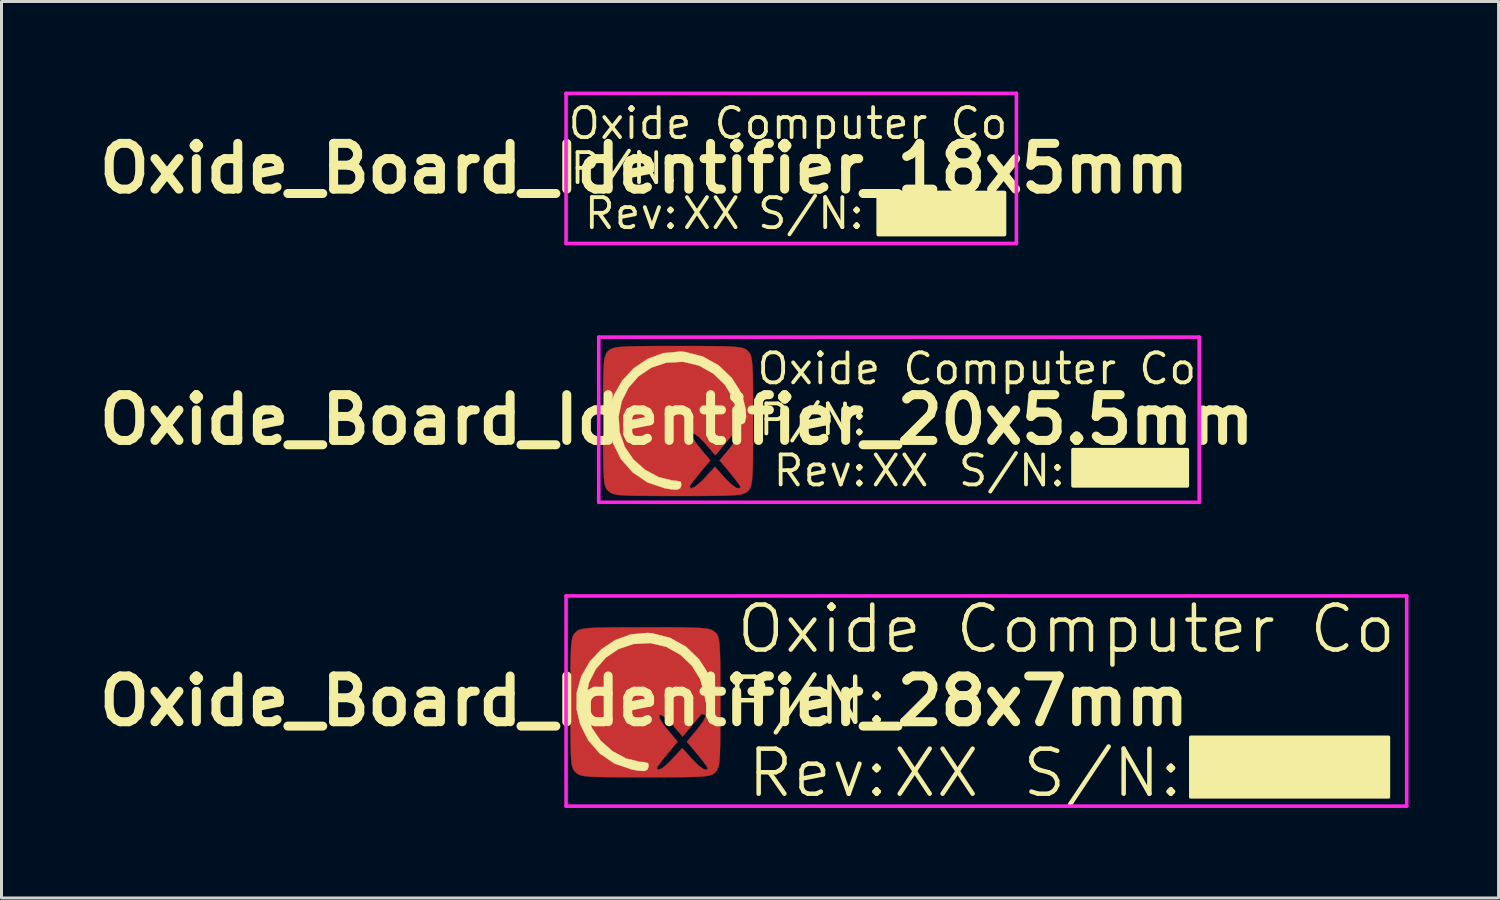
<source format=kicad_pcb>
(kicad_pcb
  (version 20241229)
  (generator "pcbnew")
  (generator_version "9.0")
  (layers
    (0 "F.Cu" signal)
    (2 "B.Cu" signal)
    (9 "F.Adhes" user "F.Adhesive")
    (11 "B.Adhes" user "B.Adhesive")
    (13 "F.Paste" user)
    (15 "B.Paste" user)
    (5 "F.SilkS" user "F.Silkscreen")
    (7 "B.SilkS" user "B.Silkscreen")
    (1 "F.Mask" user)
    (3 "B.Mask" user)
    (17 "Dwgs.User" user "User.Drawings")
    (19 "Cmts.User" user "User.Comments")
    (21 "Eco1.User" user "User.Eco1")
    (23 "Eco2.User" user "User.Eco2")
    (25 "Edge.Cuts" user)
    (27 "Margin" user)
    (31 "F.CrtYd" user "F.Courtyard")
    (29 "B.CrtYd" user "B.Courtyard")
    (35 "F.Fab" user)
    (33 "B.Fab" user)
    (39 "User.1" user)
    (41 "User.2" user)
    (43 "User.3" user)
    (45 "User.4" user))
  (footprint "Oxide_Board_Identifier_20x5.5mm"
    (layer "F.Cu")
    (at 19.493 10.93)
    (property "Reference" "Oxide_Board_Identifier_20x5.5mm" (at 0 0 0) (layer "F.SilkS") (effects (font (size 1.524 1.524) (thickness 0.3))))
    (attr exclude_from_pos_files exclude_from_bom)
    (fp_poly (pts (xy 0.705 -2.455) (xy 1.218 -2.452) (xy 1.605 -2.445) (xy 1.884 -2.433) (xy 2.078 -2.414) (xy 2.208 -2.387) (xy 2.293 -2.349) (xy 2.356 -2.301) (xy 2.371 -2.286) (xy 2.423 -2.226) (xy 2.463 -2.148) (xy 2.492 -2.032) (xy 2.513 -1.857) (xy 2.527 -1.601) (xy 2.535 -1.244) (xy 2.539 -0.766) (xy 2.54 -0.144) (xy 2.54 0.042) (xy 2.539 0.705) (xy 2.536 1.218) (xy 2.53 1.605) (xy 2.518 1.884) (xy 2.499 2.078) (xy 2.471 2.208) (xy 2.434 2.293) (xy 2.385 2.356) (xy 2.371 2.371) (xy 2.311 2.423) (xy 2.233 2.463) (xy 2.117 2.492) (xy 1.942 2.513) (xy 1.686 2.527) (xy 1.329 2.535) (xy 0.85 2.539) (xy 0.228 2.54) (xy 0.042 2.54) (xy -0.62 2.539) (xy -1.134 2.536) (xy -1.52 2.53) (xy -1.8 2.518) (xy -1.994 2.499) (xy -2.123 2.471) (xy -2.208 2.434) (xy -2.271 2.385) (xy -2.286 2.371) (xy -2.338 2.311) (xy -2.378 2.233) (xy -2.408 2.117) (xy -2.429 1.942) (xy -2.442 1.686) (xy -2.45 1.329) (xy -2.454 0.85) (xy -2.455 0.228) (xy -2.455 0.042) (xy -2.455 -0.136) (xy -2.193 -0.136) (xy -2.179 0.368) (xy -2.059 0.858) (xy -1.828 1.313) (xy -1.486 1.711) (xy -1.03 2.028) (xy -0.593 2.207) (xy -0.33 2.264) (xy -0.087 2.279) (xy 0.088 2.254) (xy 0.107 2.234) (xy 0.423 2.234) (xy 0.473 2.293) (xy 0.608 2.232) (xy 0.808 2.064) (xy 0.941 1.926) (xy 1.27 1.566) (xy 1.59 1.926) (xy 1.807 2.143) (xy 1.983 2.269) (xy 2.092 2.289) (xy 2.117 2.234) (xy 2.066 2.147) (xy 1.935 1.972) (xy 1.77 1.769) (xy 1.424 1.355) (xy 1.773 0.938) (xy 1.964 0.685) (xy 2.044 0.52) (xy 2.029 0.464) (xy 1.925 0.429) (xy 1.909 0.436) (xy 1.844 0.512) (xy 1.705 0.678) (xy 1.582 0.826) (xy 1.283 1.185) (xy 0.948 0.793) (xy 0.743 0.58) (xy 0.584 0.467) (xy 0.516 0.461) (xy 0.507 0.56) (xy 0.63 0.764) (xy 0.767 0.938) (xy 1.116 1.355) (xy 0.77 1.769) (xy 0.591 1.99) (xy 0.465 2.159) (xy 0.423 2.234) (xy 0.107 2.234) (xy 0.15 2.19) (xy 0.148 2.18) (xy 0.05 2.107) (xy -0.158 2.041) (xy -0.282 2.018) (xy -0.807 1.866) (xy -1.245 1.591) (xy -1.587 1.219) (xy -1.824 0.775) (xy -1.949 0.287) (xy -1.953 -0.22) (xy -1.827 -0.719) (xy -1.562 -1.184) (xy -1.385 -1.385) (xy -0.935 -1.725) (xy -0.425 -1.92) (xy 0.111 -1.972) (xy 0.644 -1.879) (xy 1.141 -1.641) (xy 1.425 -1.414) (xy 1.757 -1.022) (xy 1.952 -0.591) (xy 2.02 -0.269) (xy 2.079 -0.018) (xy 2.156 0.127) (xy 2.23 0.149) (xy 2.278 0.036) (xy 2.286 -0.089) (xy 2.228 -0.561) (xy 2.043 -0.994) (xy 1.715 -1.422) (xy 1.612 -1.529) (xy 1.187 -1.89) (xy 0.756 -2.105) (xy 0.271 -2.192) (xy -0.146 -2.185) (xy -0.729 -2.07) (xy -1.218 -1.835) (xy -1.611 -1.502) (xy -1.906 -1.093) (xy -2.101 -0.63) (xy -2.193 -0.136) (xy -2.455 -0.136) (xy -2.455 -0.62) (xy -2.452 -1.134) (xy -2.445 -1.52) (xy -2.433 -1.8) (xy -2.414 -1.994) (xy -2.387 -2.123) (xy -2.349 -2.208) (xy -2.301 -2.271) (xy -2.286 -2.286) (xy -2.226 -2.338) (xy -2.148 -2.378) (xy -2.032 -2.408) (xy -1.857 -2.429) (xy -1.601 -2.442) (xy -1.244 -2.45) (xy -0.766 -2.454) (xy -0.144 -2.455) (xy 0.042 -2.455) (xy 0.705 -2.455)) (stroke (width 0.01) (type solid)) (fill yes) (layer "F.Cu"))
    (fp_poly (pts (xy 0.705 -2.455) (xy 1.218 -2.452) (xy 1.605 -2.445) (xy 1.884 -2.433) (xy 2.078 -2.414) (xy 2.208 -2.387) (xy 2.293 -2.349) (xy 2.356 -2.301) (xy 2.371 -2.286) (xy 2.423 -2.226) (xy 2.463 -2.148) (xy 2.492 -2.032) (xy 2.513 -1.857) (xy 2.527 -1.601) (xy 2.535 -1.244) (xy 2.539 -0.766) (xy 2.54 -0.144) (xy 2.54 0.042) (xy 2.539 0.705) (xy 2.536 1.218) (xy 2.53 1.605) (xy 2.518 1.884) (xy 2.499 2.078) (xy 2.471 2.208) (xy 2.434 2.293) (xy 2.385 2.356) (xy 2.371 2.371) (xy 2.311 2.423) (xy 2.233 2.463) (xy 2.117 2.492) (xy 1.942 2.513) (xy 1.686 2.527) (xy 1.329 2.535) (xy 0.85 2.539) (xy 0.228 2.54) (xy 0.042 2.54) (xy -0.62 2.539) (xy -1.134 2.536) (xy -1.52 2.53) (xy -1.8 2.518) (xy -1.994 2.499) (xy -2.123 2.471) (xy -2.208 2.434) (xy -2.271 2.385) (xy -2.286 2.371) (xy -2.338 2.311) (xy -2.378 2.233) (xy -2.408 2.117) (xy -2.429 1.942) (xy -2.442 1.686) (xy -2.45 1.329) (xy -2.454 0.85) (xy -2.455 0.228) (xy -2.455 0.042) (xy -2.455 -0.136) (xy -2.193 -0.136) (xy -2.179 0.368) (xy -2.059 0.858) (xy -1.828 1.313) (xy -1.486 1.711) (xy -1.03 2.028) (xy -0.593 2.207) (xy -0.33 2.264) (xy -0.087 2.279) (xy 0.088 2.254) (xy 0.107 2.234) (xy 0.423 2.234) (xy 0.473 2.293) (xy 0.608 2.232) (xy 0.808 2.064) (xy 0.941 1.926) (xy 1.27 1.566) (xy 1.59 1.926) (xy 1.807 2.143) (xy 1.983 2.269) (xy 2.092 2.289) (xy 2.117 2.234) (xy 2.066 2.147) (xy 1.935 1.972) (xy 1.77 1.769) (xy 1.424 1.355) (xy 1.773 0.938) (xy 1.964 0.685) (xy 2.044 0.52) (xy 2.029 0.464) (xy 1.925 0.429) (xy 1.909 0.436) (xy 1.844 0.512) (xy 1.705 0.678) (xy 1.582 0.826) (xy 1.283 1.185) (xy 0.948 0.793) (xy 0.743 0.58) (xy 0.584 0.467) (xy 0.516 0.461) (xy 0.507 0.56) (xy 0.63 0.764) (xy 0.767 0.938) (xy 1.116 1.355) (xy 0.77 1.769) (xy 0.591 1.99) (xy 0.465 2.159) (xy 0.423 2.234) (xy 0.107 2.234) (xy 0.15 2.19) (xy 0.148 2.18) (xy 0.05 2.107) (xy -0.158 2.041) (xy -0.282 2.018) (xy -0.807 1.866) (xy -1.245 1.591) (xy -1.587 1.219) (xy -1.824 0.775) (xy -1.949 0.287) (xy -1.953 -0.22) (xy -1.827 -0.719) (xy -1.562 -1.184) (xy -1.385 -1.385) (xy -0.935 -1.725) (xy -0.425 -1.92) (xy 0.111 -1.972) (xy 0.644 -1.879) (xy 1.141 -1.641) (xy 1.425 -1.414) (xy 1.757 -1.022) (xy 1.952 -0.591) (xy 2.02 -0.269) (xy 2.079 -0.018) (xy 2.156 0.127) (xy 2.23 0.149) (xy 2.278 0.036) (xy 2.286 -0.089) (xy 2.228 -0.561) (xy 2.043 -0.994) (xy 1.715 -1.422) (xy 1.612 -1.529) (xy 1.187 -1.89) (xy 0.756 -2.105) (xy 0.271 -2.192) (xy -0.146 -2.185) (xy -0.729 -2.07) (xy -1.218 -1.835) (xy -1.611 -1.502) (xy -1.906 -1.093) (xy -2.101 -0.63) (xy -2.193 -0.136) (xy -2.455 -0.136) (xy -2.455 -0.62) (xy -2.452 -1.134) (xy -2.445 -1.52) (xy -2.433 -1.8) (xy -2.414 -1.994) (xy -2.387 -2.123) (xy -2.349 -2.208) (xy -2.301 -2.271) (xy -2.286 -2.286) (xy -2.226 -2.338) (xy -2.148 -2.378) (xy -2.032 -2.408) (xy -1.857 -2.429) (xy -1.601 -2.442) (xy -1.244 -2.45) (xy -0.766 -2.454) (xy -0.144 -2.455) (xy 0.042 -2.455) (xy 0.705 -2.455)) (stroke (width 0.01) (type solid)) (fill yes) (layer "F.Mask"))
    (fp_poly (pts (xy 17 2.2) (xy 13.2 2.2) (xy 13.2 1) (xy 17 1)) (stroke (width 0.127) (type solid)) (fill yes) (layer "F.SilkS"))
    (fp_poly (pts (xy 0.262 -2.258) (xy 0.862 -2.106) (xy 1.393 -1.811) (xy 1.83 -1.39) (xy 2.08 -1.002) (xy 2.213 -0.681) (xy 2.29 -0.365) (xy 2.309 -0.094) (xy 2.266 0.091) (xy 2.192 0.149) (xy 2.1 0.127) (xy 2.043 -0.008) (xy 2.011 -0.211) (xy 1.873 -0.719) (xy 1.596 -1.172) (xy 1.209 -1.542) (xy 0.74 -1.804) (xy 0.218 -1.929) (xy 0.206 -1.93) (xy -0.353 -1.901) (xy -0.853 -1.732) (xy -1.277 -1.446) (xy -1.609 -1.066) (xy -1.835 -0.615) (xy -1.939 -0.116) (xy -1.905 0.409) (xy -1.732 0.908) (xy -1.444 1.326) (xy -1.053 1.671) (xy -0.602 1.914) (xy -0.135 2.027) (xy -0.025 2.032) (xy 0.131 2.067) (xy 0.154 2.173) (xy 0.11 2.284) (xy 0.009 2.33) (xy -0.19 2.318) (xy -0.411 2.279) (xy -0.979 2.086) (xy -1.468 1.756) (xy -1.858 1.312) (xy -2.129 0.774) (xy -2.248 0.279) (xy -2.244 -0.288) (xy -2.092 -0.824) (xy -1.814 -1.307) (xy -1.433 -1.715) (xy -0.97 -2.027) (xy -0.446 -2.219) (xy 0.116 -2.27) (xy 0.262 -2.258)) (stroke (width 0.01) (type solid)) (fill yes) (layer "F.SilkS"))
    (fp_line (start -2.6 -2.75) (end 17.4 -2.75) (stroke (width 0.12) (type solid)) (layer "F.CrtYd"))
    (fp_line (start -2.6 2.75) (end -2.6 -2.75) (stroke (width 0.12) (type solid)) (layer "F.CrtYd"))
    (fp_line (start 17.4 -2.75) (end 17.4 2.75) (stroke (width 0.12) (type solid)) (layer "F.CrtYd"))
    (fp_line (start 17.4 2.75) (end -2.6 2.75) (stroke (width 0.12) (type solid)) (layer "F.CrtYd"))
    (fp_text user "XX" (at 6.4 1.7 0) (layer "F.SilkS") (effects (font (size 1 1) (thickness 0.127)) (justify left)))
    (fp_text user "Rev:" (at 6.4 1.7 0) (layer "F.SilkS") (effects (font (size 1 1) (thickness 0.127)) (justify right)))
    (fp_text user "S/N:" (at 13 1.7 0) (layer "F.SilkS") (effects (font (size 1 1) (thickness 0.127)) (justify right)))
    (fp_text user "P/N:" (at 6.4 0 0) (layer "F.SilkS") (effects (font (size 1 1) (thickness 0.127)) (justify right)))
    (fp_text user "Oxide Computer Co" (at 2.6 -1.7 0) (layer "F.SilkS") (effects (font (size 1 1) (thickness 0.127)) (justify left))))
  (footprint "Oxide_Board_Identifier_28x7mm"
    (layer "F.Cu")
    (at 18.404 20.3)
    (property "Reference" "Oxide_Board_Identifier_28x7mm" (at 0 0 0) (layer "F.SilkS") (effects (font (size 1.524 1.524) (thickness 0.3))))
    (attr exclude_from_pos_files exclude_from_bom)
    (fp_poly (pts (xy 0.705 -2.455) (xy 1.218 -2.452) (xy 1.605 -2.445) (xy 1.884 -2.433) (xy 2.078 -2.414) (xy 2.208 -2.387) (xy 2.293 -2.349) (xy 2.356 -2.301) (xy 2.371 -2.286) (xy 2.423 -2.226) (xy 2.463 -2.148) (xy 2.492 -2.032) (xy 2.513 -1.857) (xy 2.527 -1.601) (xy 2.535 -1.244) (xy 2.539 -0.766) (xy 2.54 -0.144) (xy 2.54 0.042) (xy 2.539 0.705) (xy 2.536 1.218) (xy 2.53 1.605) (xy 2.518 1.884) (xy 2.499 2.078) (xy 2.471 2.208) (xy 2.434 2.293) (xy 2.385 2.356) (xy 2.371 2.371) (xy 2.311 2.423) (xy 2.233 2.463) (xy 2.117 2.492) (xy 1.942 2.513) (xy 1.686 2.527) (xy 1.329 2.535) (xy 0.85 2.539) (xy 0.228 2.54) (xy 0.042 2.54) (xy -0.62 2.539) (xy -1.134 2.536) (xy -1.52 2.53) (xy -1.8 2.518) (xy -1.994 2.499) (xy -2.123 2.471) (xy -2.208 2.434) (xy -2.271 2.385) (xy -2.286 2.371) (xy -2.338 2.311) (xy -2.378 2.233) (xy -2.408 2.117) (xy -2.429 1.942) (xy -2.442 1.686) (xy -2.45 1.329) (xy -2.454 0.85) (xy -2.455 0.228) (xy -2.455 0.042) (xy -2.455 -0.136) (xy -2.193 -0.136) (xy -2.179 0.368) (xy -2.059 0.858) (xy -1.828 1.313) (xy -1.486 1.711) (xy -1.03 2.028) (xy -0.593 2.207) (xy -0.33 2.264) (xy -0.087 2.279) (xy 0.088 2.254) (xy 0.107 2.234) (xy 0.423 2.234) (xy 0.473 2.293) (xy 0.608 2.232) (xy 0.808 2.064) (xy 0.941 1.926) (xy 1.27 1.566) (xy 1.59 1.926) (xy 1.807 2.143) (xy 1.983 2.269) (xy 2.092 2.289) (xy 2.117 2.234) (xy 2.066 2.147) (xy 1.935 1.972) (xy 1.77 1.769) (xy 1.424 1.355) (xy 1.773 0.938) (xy 1.964 0.685) (xy 2.044 0.52) (xy 2.029 0.464) (xy 1.925 0.429) (xy 1.909 0.436) (xy 1.844 0.512) (xy 1.705 0.678) (xy 1.582 0.826) (xy 1.283 1.185) (xy 0.948 0.793) (xy 0.743 0.58) (xy 0.584 0.467) (xy 0.516 0.461) (xy 0.507 0.56) (xy 0.63 0.764) (xy 0.767 0.938) (xy 1.116 1.355) (xy 0.77 1.769) (xy 0.591 1.99) (xy 0.465 2.159) (xy 0.423 2.234) (xy 0.107 2.234) (xy 0.15 2.19) (xy 0.148 2.18) (xy 0.05 2.107) (xy -0.158 2.041) (xy -0.282 2.018) (xy -0.807 1.866) (xy -1.245 1.591) (xy -1.587 1.219) (xy -1.824 0.775) (xy -1.949 0.287) (xy -1.953 -0.22) (xy -1.827 -0.719) (xy -1.562 -1.184) (xy -1.385 -1.385) (xy -0.935 -1.725) (xy -0.425 -1.92) (xy 0.111 -1.972) (xy 0.644 -1.879) (xy 1.141 -1.641) (xy 1.425 -1.414) (xy 1.757 -1.022) (xy 1.952 -0.591) (xy 2.02 -0.269) (xy 2.079 -0.018) (xy 2.156 0.127) (xy 2.23 0.149) (xy 2.278 0.036) (xy 2.286 -0.089) (xy 2.228 -0.561) (xy 2.043 -0.994) (xy 1.715 -1.422) (xy 1.612 -1.529) (xy 1.187 -1.89) (xy 0.756 -2.105) (xy 0.271 -2.192) (xy -0.146 -2.185) (xy -0.729 -2.07) (xy -1.218 -1.835) (xy -1.611 -1.502) (xy -1.906 -1.093) (xy -2.101 -0.63) (xy -2.193 -0.136) (xy -2.455 -0.136) (xy -2.455 -0.62) (xy -2.452 -1.134) (xy -2.445 -1.52) (xy -2.433 -1.8) (xy -2.414 -1.994) (xy -2.387 -2.123) (xy -2.349 -2.208) (xy -2.301 -2.271) (xy -2.286 -2.286) (xy -2.226 -2.338) (xy -2.148 -2.378) (xy -2.032 -2.408) (xy -1.857 -2.429) (xy -1.601 -2.442) (xy -1.244 -2.45) (xy -0.766 -2.454) (xy -0.144 -2.455) (xy 0.042 -2.455) (xy 0.705 -2.455)) (stroke (width 0.01) (type solid)) (fill yes) (layer "F.Cu"))
    (fp_poly (pts (xy 0.705 -2.455) (xy 1.218 -2.452) (xy 1.605 -2.445) (xy 1.884 -2.433) (xy 2.078 -2.414) (xy 2.208 -2.387) (xy 2.293 -2.349) (xy 2.356 -2.301) (xy 2.371 -2.286) (xy 2.423 -2.226) (xy 2.463 -2.148) (xy 2.492 -2.032) (xy 2.513 -1.857) (xy 2.527 -1.601) (xy 2.535 -1.244) (xy 2.539 -0.766) (xy 2.54 -0.144) (xy 2.54 0.042) (xy 2.539 0.705) (xy 2.536 1.218) (xy 2.53 1.605) (xy 2.518 1.884) (xy 2.499 2.078) (xy 2.471 2.208) (xy 2.434 2.293) (xy 2.385 2.356) (xy 2.371 2.371) (xy 2.311 2.423) (xy 2.233 2.463) (xy 2.117 2.492) (xy 1.942 2.513) (xy 1.686 2.527) (xy 1.329 2.535) (xy 0.85 2.539) (xy 0.228 2.54) (xy 0.042 2.54) (xy -0.62 2.539) (xy -1.134 2.536) (xy -1.52 2.53) (xy -1.8 2.518) (xy -1.994 2.499) (xy -2.123 2.471) (xy -2.208 2.434) (xy -2.271 2.385) (xy -2.286 2.371) (xy -2.338 2.311) (xy -2.378 2.233) (xy -2.408 2.117) (xy -2.429 1.942) (xy -2.442 1.686) (xy -2.45 1.329) (xy -2.454 0.85) (xy -2.455 0.228) (xy -2.455 0.042) (xy -2.455 -0.136) (xy -2.193 -0.136) (xy -2.179 0.368) (xy -2.059 0.858) (xy -1.828 1.313) (xy -1.486 1.711) (xy -1.03 2.028) (xy -0.593 2.207) (xy -0.33 2.264) (xy -0.087 2.279) (xy 0.088 2.254) (xy 0.107 2.234) (xy 0.423 2.234) (xy 0.473 2.293) (xy 0.608 2.232) (xy 0.808 2.064) (xy 0.941 1.926) (xy 1.27 1.566) (xy 1.59 1.926) (xy 1.807 2.143) (xy 1.983 2.269) (xy 2.092 2.289) (xy 2.117 2.234) (xy 2.066 2.147) (xy 1.935 1.972) (xy 1.77 1.769) (xy 1.424 1.355) (xy 1.773 0.938) (xy 1.964 0.685) (xy 2.044 0.52) (xy 2.029 0.464) (xy 1.925 0.429) (xy 1.909 0.436) (xy 1.844 0.512) (xy 1.705 0.678) (xy 1.582 0.826) (xy 1.283 1.185) (xy 0.948 0.793) (xy 0.743 0.58) (xy 0.584 0.467) (xy 0.516 0.461) (xy 0.507 0.56) (xy 0.63 0.764) (xy 0.767 0.938) (xy 1.116 1.355) (xy 0.77 1.769) (xy 0.591 1.99) (xy 0.465 2.159) (xy 0.423 2.234) (xy 0.107 2.234) (xy 0.15 2.19) (xy 0.148 2.18) (xy 0.05 2.107) (xy -0.158 2.041) (xy -0.282 2.018) (xy -0.807 1.866) (xy -1.245 1.591) (xy -1.587 1.219) (xy -1.824 0.775) (xy -1.949 0.287) (xy -1.953 -0.22) (xy -1.827 -0.719) (xy -1.562 -1.184) (xy -1.385 -1.385) (xy -0.935 -1.725) (xy -0.425 -1.92) (xy 0.111 -1.972) (xy 0.644 -1.879) (xy 1.141 -1.641) (xy 1.425 -1.414) (xy 1.757 -1.022) (xy 1.952 -0.591) (xy 2.02 -0.269) (xy 2.079 -0.018) (xy 2.156 0.127) (xy 2.23 0.149) (xy 2.278 0.036) (xy 2.286 -0.089) (xy 2.228 -0.561) (xy 2.043 -0.994) (xy 1.715 -1.422) (xy 1.612 -1.529) (xy 1.187 -1.89) (xy 0.756 -2.105) (xy 0.271 -2.192) (xy -0.146 -2.185) (xy -0.729 -2.07) (xy -1.218 -1.835) (xy -1.611 -1.502) (xy -1.906 -1.093) (xy -2.101 -0.63) (xy -2.193 -0.136) (xy -2.455 -0.136) (xy -2.455 -0.62) (xy -2.452 -1.134) (xy -2.445 -1.52) (xy -2.433 -1.8) (xy -2.414 -1.994) (xy -2.387 -2.123) (xy -2.349 -2.208) (xy -2.301 -2.271) (xy -2.286 -2.286) (xy -2.226 -2.338) (xy -2.148 -2.378) (xy -2.032 -2.408) (xy -1.857 -2.429) (xy -1.601 -2.442) (xy -1.244 -2.45) (xy -0.766 -2.454) (xy -0.144 -2.455) (xy 0.042 -2.455) (xy 0.705 -2.455)) (stroke (width 0.01) (type solid)) (fill yes) (layer "F.Mask"))
    (fp_poly (pts (xy 24.8 3.2) (xy 18.2 3.2) (xy 18.2 1.2) (xy 24.8 1.2)) (stroke (width 0.1) (type solid)) (fill yes) (layer "F.SilkS"))
    (fp_poly (pts (xy 0.262 -2.258) (xy 0.862 -2.106) (xy 1.393 -1.811) (xy 1.83 -1.39) (xy 2.08 -1.002) (xy 2.213 -0.681) (xy 2.29 -0.365) (xy 2.309 -0.094) (xy 2.266 0.091) (xy 2.192 0.149) (xy 2.1 0.127) (xy 2.043 -0.008) (xy 2.011 -0.211) (xy 1.873 -0.719) (xy 1.596 -1.172) (xy 1.209 -1.542) (xy 0.74 -1.804) (xy 0.218 -1.929) (xy 0.206 -1.93) (xy -0.353 -1.901) (xy -0.853 -1.732) (xy -1.277 -1.446) (xy -1.609 -1.066) (xy -1.835 -0.615) (xy -1.939 -0.116) (xy -1.905 0.409) (xy -1.732 0.908) (xy -1.444 1.326) (xy -1.053 1.671) (xy -0.602 1.914) (xy -0.135 2.027) (xy -0.025 2.032) (xy 0.131 2.067) (xy 0.154 2.173) (xy 0.11 2.284) (xy 0.009 2.33) (xy -0.19 2.318) (xy -0.411 2.279) (xy -0.979 2.086) (xy -1.468 1.756) (xy -1.858 1.312) (xy -2.129 0.774) (xy -2.248 0.279) (xy -2.244 -0.288) (xy -2.092 -0.824) (xy -1.814 -1.307) (xy -1.433 -1.715) (xy -0.97 -2.027) (xy -0.446 -2.219) (xy 0.116 -2.27) (xy 0.262 -2.258)) (stroke (width 0.01) (type solid)) (fill yes) (layer "F.SilkS"))
    (fp_line (start -2.6 -3.5) (end 25.4 -3.5) (stroke (width 0.12) (type solid)) (layer "F.CrtYd"))
    (fp_line (start -2.6 3.5) (end -2.6 -3.5) (stroke (width 0.12) (type solid)) (layer "F.CrtYd"))
    (fp_line (start 25.4 -3.5) (end 25.4 3.5) (stroke (width 0.12) (type solid)) (layer "F.CrtYd"))
    (fp_line (start 25.4 3.5) (end -2.6 3.5) (stroke (width 0.12) (type solid)) (layer "F.CrtYd"))
    (fp_text user "Oxide Computer Co" (at 3 -2.4 0) (layer "F.SilkS") (effects (font (size 1.5 1.5) (thickness 0.15)) (justify left)))
    (fp_text user "P/N:" (at 8.2 0 0) (layer "F.SilkS") (effects (font (size 1.5 1.5) (thickness 0.15)) (justify right)))
    (fp_text user "S/N:" (at 18 2.4 0) (layer "F.SilkS") (effects (font (size 1.5 1.5) (thickness 0.15)) (justify right)))
    (fp_text user "Rev:" (at 8.2 2.4 0) (layer "F.SilkS") (effects (font (size 1.5 1.5) (thickness 0.15)) (justify right)))
    (fp_text user "XX" (at 8.2 2.4 0) (layer "F.SilkS") (effects (font (size 1.5 1.5) (thickness 0.15)) (justify left))))
  (footprint "Oxide_Board_Identifier_18x5mm"
    (layer "F.Cu")
    (at 15.804 2.56)
    (property "Reference" "Oxide_Board_Identifier_18x5mm" (at 2.6 0 0) (layer "F.SilkS") (effects (font (size 1.524 1.524) (thickness 0.3))))
    (attr exclude_from_pos_files exclude_from_bom)
    (fp_poly (pts (xy 14.6 2.2) (xy 10.4 2.2) (xy 10.4 0.8) (xy 14.6 0.805)) (stroke (width 0.127) (type solid)) (fill yes) (layer "F.SilkS"))
    (fp_line (start 0 -2.5) (end 15 -2.5) (stroke (width 0.12) (type solid)) (layer "F.CrtYd"))
    (fp_line (start 0 2.5) (end 0 -2.5) (stroke (width 0.12) (type solid)) (layer "F.CrtYd"))
    (fp_line (start 15 -2.5) (end 15 2.5) (stroke (width 0.12) (type solid)) (layer "F.CrtYd"))
    (fp_line (start 15 2.5) (end 0 2.5) (stroke (width 0.12) (type solid)) (layer "F.CrtYd"))
    (fp_text user "Oxide Computer Co" (at 0 -1.5 0) (layer "F.SilkS") (effects (font (size 1 1) (thickness 0.127)) (justify left)))
    (fp_text user "Rev:" (at 3.8 1.5 0) (layer "F.SilkS") (effects (font (size 1 1) (thickness 0.127)) (justify right)))
    (fp_text user "P/N:" (at 3.8 0 0) (layer "F.SilkS") (effects (font (size 1 1) (thickness 0.127)) (justify right)))
    (fp_text user "S/N:" (at 10 1.5 0) (layer "F.SilkS") (effects (font (size 1 1) (thickness 0.127)) (justify right)))
    (fp_text user "XX" (at 3.8 1.5 0) (layer "F.SilkS") (effects (font (size 1 1) (thickness 0.127)) (justify left))))
  (gr_rect
    (start -3 -3)
    (end 46.864 26.86)
    (stroke (width 0.1) (type default))
    (fill no)
    (layer "Edge.Cuts")))
</source>
